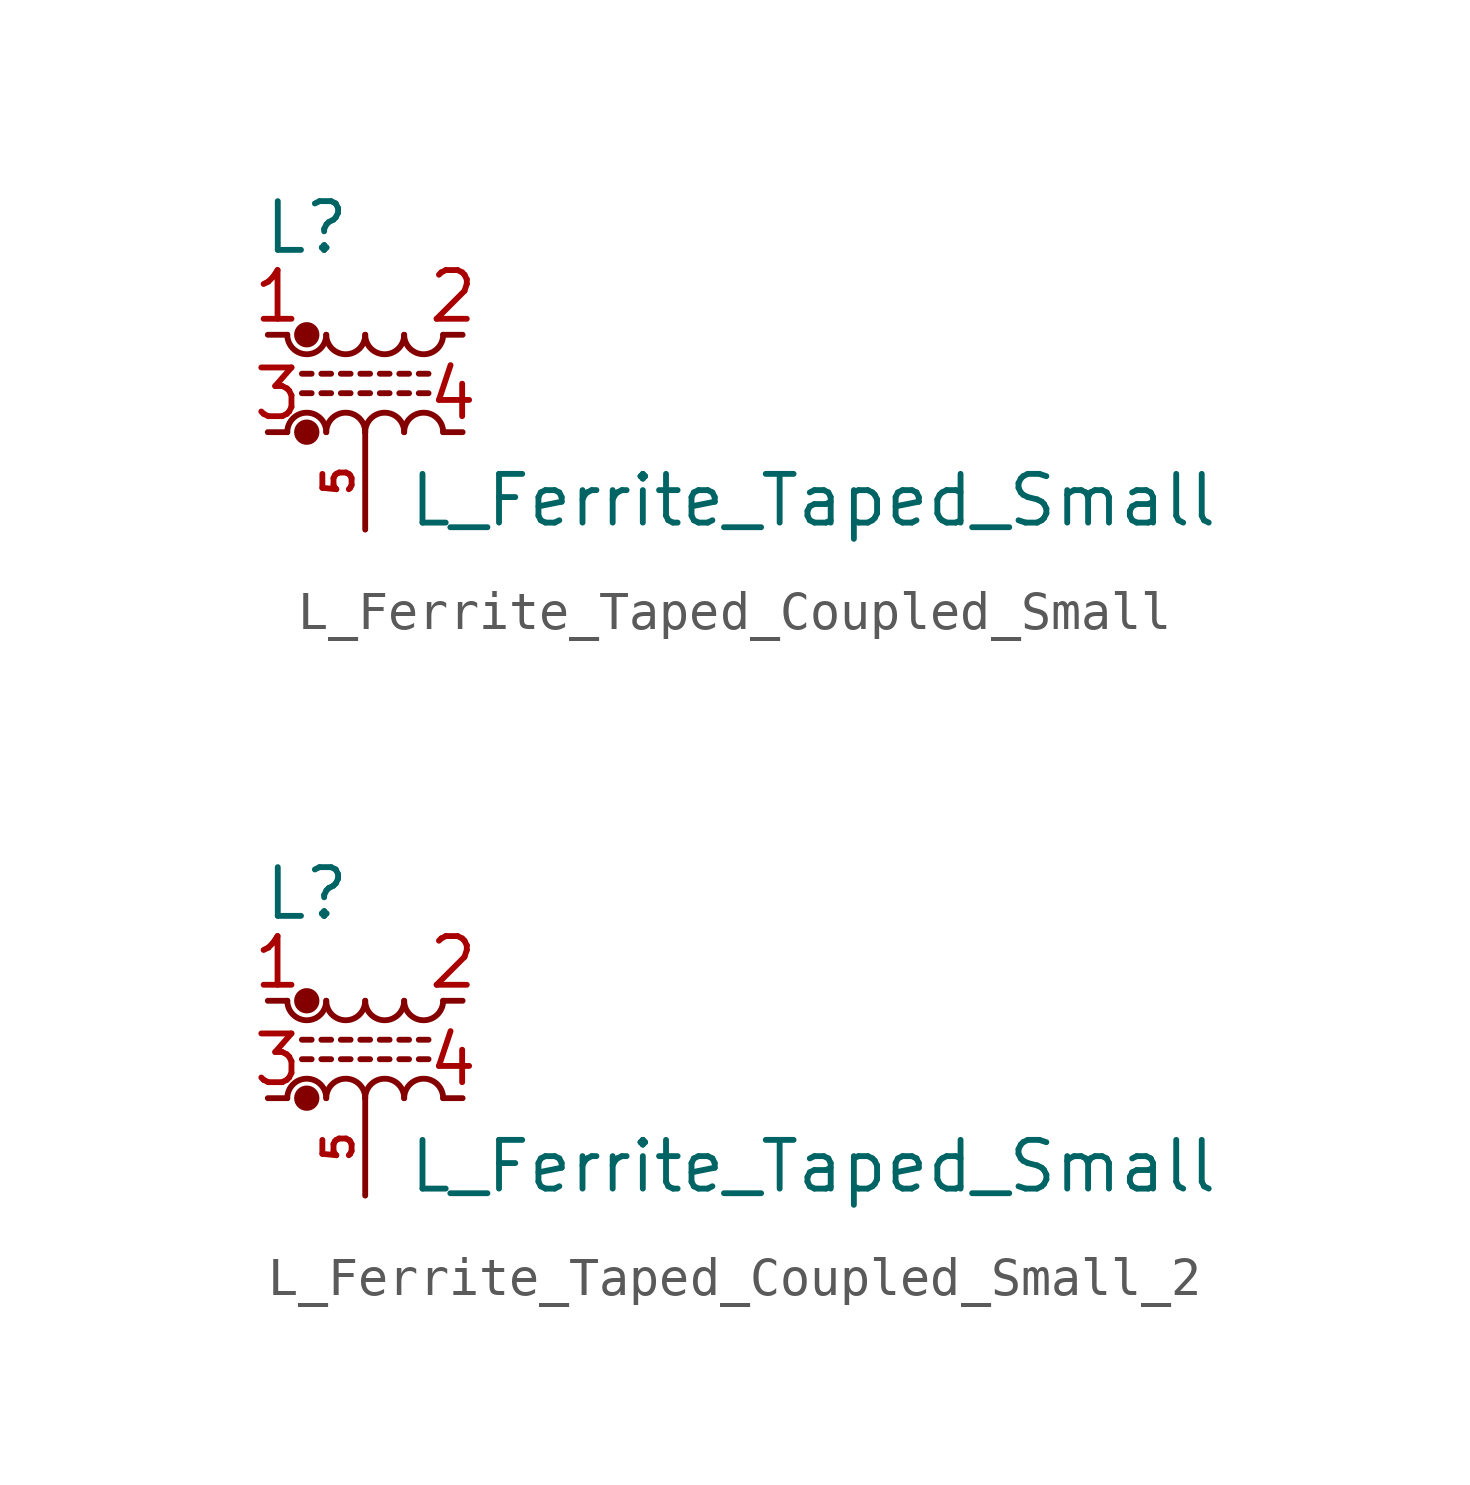
<source format=kicad_sym>
(kicad_symbol_lib
  (version 20241209)
  (generator "kicad_symbol_editor")
  (generator_version "9.0")
  (symbol "L_Ferrite_Taped_Coupled_Small"
    (pin_names
      (offset 0.254)
      (hide yes))
    (property "Reference" "L"
      (at -1.524 4.064 0)
      (effects (font (size 1.27 1.27))))
    (property "Value" "L_Ferrite_Taped_Small"
      (at 11.684 -3.048 0)
      (effects (font (size 1.27 1.27))))
    (symbol "L_Ferrite_Taped_Coupled_Small_0_1"
      (polyline (pts (xy -1.651 0.254) (xy -1.397 0.254)) (stroke (width 0) (type default)) (fill (type none)))
      (arc (start -1.016 1.27) (mid -1.524 0.7642) (end -2.032 1.27) (stroke (width 0) (type default)) (fill (type none)))
      (circle (center -1.524 1.27) (radius 0.254) (stroke (width 0) (type default)) (fill (type outline)))
      (circle (center -1.524 -1.27) (radius 0.254) (stroke (width 0) (type default)) (fill (type outline)))
      (arc (start -2.032 -1.27) (mid -1.524 -0.7642) (end -1.016 -1.27) (stroke (width 0) (type default)) (fill (type none)))
      (polyline (pts (xy -1.397 -0.254) (xy -1.651 -0.254)) (stroke (width 0) (type default)) (fill (type none)))
      (polyline (pts (xy -1.143 0.254) (xy -0.889 0.254)) (stroke (width 0) (type default)) (fill (type none)))
      (polyline (pts (xy -0.889 -0.254) (xy -1.143 -0.254)) (stroke (width 0) (type default)) (fill (type none)))
      (polyline (pts (xy -0.635 0.254) (xy -0.381 0.254)) (stroke (width 0) (type default)) (fill (type none)))
      (arc (start 0 1.27) (mid -0.508 0.7642) (end -1.016 1.27) (stroke (width 0) (type default)) (fill (type none)))
      (arc (start -1.016 -1.27) (mid -0.508 -0.7642) (end 0 -1.27) (stroke (width 0) (type default)) (fill (type none)))
      (polyline (pts (xy -0.381 -0.254) (xy -0.635 -0.254)) (stroke (width 0) (type default)) (fill (type none)))
      (polyline (pts (xy -0.127 0.254) (xy 0.127 0.254)) (stroke (width 0) (type default)) (fill (type none)))
      (polyline (pts (xy 0.127 -0.254) (xy -0.127 -0.254)) (stroke (width 0) (type default)) (fill (type none)))
      (polyline (pts (xy 0.381 0.254) (xy 0.635 0.254)) (stroke (width 0) (type default)) (fill (type none)))
      (arc (start 1.016 1.27) (mid 0.508 0.7642) (end 0 1.27) (stroke (width 0) (type default)) (fill (type none)))
      (arc (start 0 -1.27) (mid 0.508 -0.7642) (end 1.016 -1.27) (stroke (width 0) (type default)) (fill (type none)))
      (polyline (pts (xy 0.635 -0.254) (xy 0.381 -0.254)) (stroke (width 0) (type default)) (fill (type none)))
      (polyline (pts (xy 0.889 0.254) (xy 1.143 0.254)) (stroke (width 0) (type default)) (fill (type none)))
      (polyline (pts (xy 1.143 -0.254) (xy 0.889 -0.254)) (stroke (width 0) (type default)) (fill (type none)))
      (polyline (pts (xy 1.397 0.254) (xy 1.651 0.254)) (stroke (width 0) (type default)) (fill (type none)))
      (arc (start 2.032 1.27) (mid 1.524 0.7642) (end 1.016 1.27) (stroke (width 0) (type default)) (fill (type none)))
      (arc (start 1.016 -1.27) (mid 1.524 -0.7642) (end 2.032 -1.27) (stroke (width 0) (type default)) (fill (type none)))
      (polyline (pts (xy 1.651 -0.254) (xy 1.397 -0.254)) (stroke (width 0) (type default)) (fill (type none))))
    (symbol "L_Ferrite_Taped_Coupled_Small_1_1"
      (pin passive line (at -2.54 1.27 0) (length 0.508) (name "1" (effects (font (size 1.27 1.27)))) (number "1" (effects (font (size 1.27 1.27)))))
      (pin passive line (at -2.54 -1.27 0) (length 0.508) (name "3" (effects (font (size 1.27 1.27)))) (number "3" (effects (font (size 1.27 1.27)))))
      (pin passive line (at 0 -3.81 90) (length 2.54) (name "Tap" (effects (font (size 1.27 1.27)))) (number "5" (effects (font (size 0.762 0.762)))))
      (pin passive line (at 2.54 1.27 180) (length 0.508) (name "2" (effects (font (size 1.27 1.27)))) (number "2" (effects (font (size 1.27 1.27)))))
      (pin passive line (at 2.54 -1.27 180) (length 0.508) (name "4" (effects (font (size 1.27 1.27)))) (number "4" (effects (font (size 1.27 1.27)))))))
  (symbol "L_Ferrite_Taped_Coupled_Small_2"
    (pin_names
      (offset 0.254)
      (hide yes))
    (property "Reference" "L"
      (at -1.524 4.064 0)
      (effects (font (size 1.27 1.27))))
    (property "Value" "L_Ferrite_Taped_Small"
      (at 11.684 -3.048 0)
      (effects (font (size 1.27 1.27))))
    (symbol "L_Ferrite_Taped_Coupled_Small_2_0_1"
      (polyline (pts (xy -1.651 0.254) (xy -1.397 0.254)) (stroke (width 0) (type default)) (fill (type none)))
      (arc (start -1.016 1.27) (mid -1.524 0.7642) (end -2.032 1.27) (stroke (width 0) (type default)) (fill (type none)))
      (circle (center -1.524 1.27) (radius 0.254) (stroke (width 0) (type default)) (fill (type outline)))
      (circle (center -1.524 -1.27) (radius 0.254) (stroke (width 0) (type default)) (fill (type outline)))
      (arc (start -2.032 -1.27) (mid -1.524 -0.7642) (end -1.016 -1.27) (stroke (width 0) (type default)) (fill (type none)))
      (polyline (pts (xy -1.397 -0.254) (xy -1.651 -0.254)) (stroke (width 0) (type default)) (fill (type none)))
      (polyline (pts (xy -1.143 0.254) (xy -0.889 0.254)) (stroke (width 0) (type default)) (fill (type none)))
      (polyline (pts (xy -0.889 -0.254) (xy -1.143 -0.254)) (stroke (width 0) (type default)) (fill (type none)))
      (polyline (pts (xy -0.635 0.254) (xy -0.381 0.254)) (stroke (width 0) (type default)) (fill (type none)))
      (arc (start 0 1.27) (mid -0.508 0.7642) (end -1.016 1.27) (stroke (width 0) (type default)) (fill (type none)))
      (arc (start -1.016 -1.27) (mid -0.508 -0.7642) (end 0 -1.27) (stroke (width 0) (type default)) (fill (type none)))
      (polyline (pts (xy -0.381 -0.254) (xy -0.635 -0.254)) (stroke (width 0) (type default)) (fill (type none)))
      (polyline (pts (xy -0.127 0.254) (xy 0.127 0.254)) (stroke (width 0) (type default)) (fill (type none)))
      (polyline (pts (xy 0.127 -0.254) (xy -0.127 -0.254)) (stroke (width 0) (type default)) (fill (type none)))
      (polyline (pts (xy 0.381 0.254) (xy 0.635 0.254)) (stroke (width 0) (type default)) (fill (type none)))
      (arc (start 1.016 1.27) (mid 0.508 0.7642) (end 0 1.27) (stroke (width 0) (type default)) (fill (type none)))
      (arc (start 0 -1.27) (mid 0.508 -0.7642) (end 1.016 -1.27) (stroke (width 0) (type default)) (fill (type none)))
      (polyline (pts (xy 0.635 -0.254) (xy 0.381 -0.254)) (stroke (width 0) (type default)) (fill (type none)))
      (polyline (pts (xy 0.889 0.254) (xy 1.143 0.254)) (stroke (width 0) (type default)) (fill (type none)))
      (polyline (pts (xy 1.143 -0.254) (xy 0.889 -0.254)) (stroke (width 0) (type default)) (fill (type none)))
      (polyline (pts (xy 1.397 0.254) (xy 1.651 0.254)) (stroke (width 0) (type default)) (fill (type none)))
      (arc (start 2.032 1.27) (mid 1.524 0.7642) (end 1.016 1.27) (stroke (width 0) (type default)) (fill (type none)))
      (arc (start 1.016 -1.27) (mid 1.524 -0.7642) (end 2.032 -1.27) (stroke (width 0) (type default)) (fill (type none)))
      (polyline (pts (xy 1.651 -0.254) (xy 1.397 -0.254)) (stroke (width 0) (type default)) (fill (type none))))
    (symbol "L_Ferrite_Taped_Coupled_Small_2_1_1"
      (pin passive line (at -2.54 1.27 0) (length 0.508) (name "1" (effects (font (size 1.27 1.27)))) (number "1" (effects (font (size 1.27 1.27)))))
      (pin passive line (at -2.54 -1.27 0) (length 0.508) (name "3" (effects (font (size 1.27 1.27)))) (number "3" (effects (font (size 1.27 1.27)))))
      (pin passive line (at 0 -3.81 90) (length 2.54) (name "Tap" (effects (font (size 1.27 1.27)))) (number "5" (effects (font (size 0.762 0.762)))))
      (pin passive line (at 2.54 1.27 180) (length 0.508) (name "2" (effects (font (size 1.27 1.27)))) (number "2" (effects (font (size 1.27 1.27)))))
      (pin passive line (at 2.54 -1.27 180) (length 0.508) (name "4" (effects (font (size 1.27 1.27)))) (number "4" (effects (font (size 1.27 1.27))))))))
</source>
